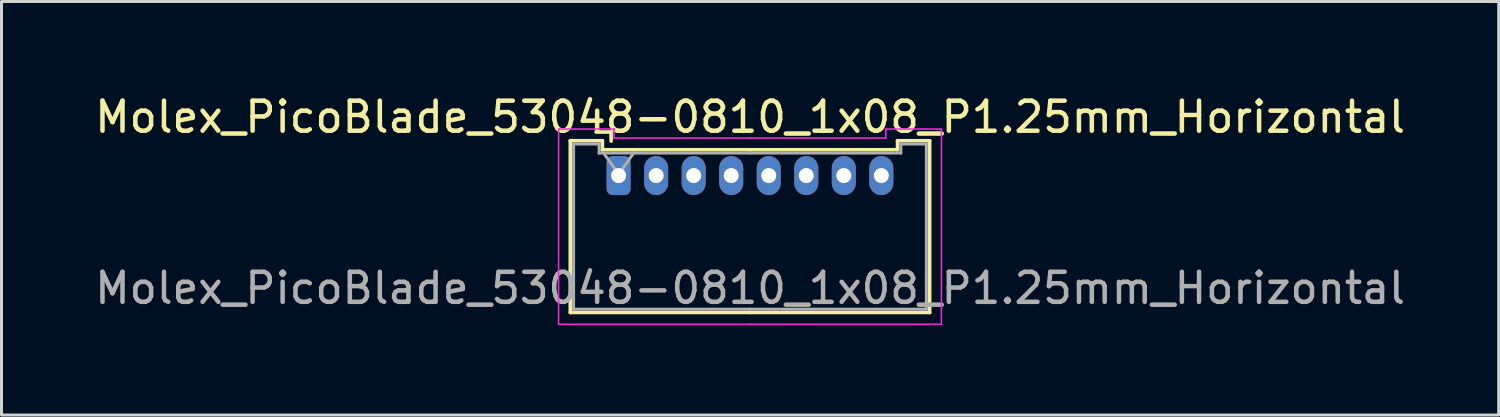
<source format=kicad_pcb>
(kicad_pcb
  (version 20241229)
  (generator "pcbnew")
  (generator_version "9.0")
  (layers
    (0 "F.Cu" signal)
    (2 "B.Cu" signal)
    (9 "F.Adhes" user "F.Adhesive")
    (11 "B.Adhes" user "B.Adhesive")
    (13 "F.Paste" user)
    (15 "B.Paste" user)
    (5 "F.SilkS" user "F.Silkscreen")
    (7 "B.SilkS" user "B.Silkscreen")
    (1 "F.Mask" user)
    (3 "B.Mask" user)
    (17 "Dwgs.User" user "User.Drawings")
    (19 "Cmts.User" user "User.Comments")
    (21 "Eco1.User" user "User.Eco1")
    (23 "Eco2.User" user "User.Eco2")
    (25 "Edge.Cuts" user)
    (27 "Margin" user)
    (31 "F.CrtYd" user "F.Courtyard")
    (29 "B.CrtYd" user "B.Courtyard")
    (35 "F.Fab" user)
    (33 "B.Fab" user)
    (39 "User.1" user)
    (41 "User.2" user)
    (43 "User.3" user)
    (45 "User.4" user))
  (footprint "Molex_PicoBlade_53048-0810_1x08_P1.25mm_Horizontal"
    (layer "F.Cu")
    (at 17.555 2.798)
    (property "Reference" "Molex_PicoBlade_53048-0810_1x08_P1.25mm_Horizontal" (at 4.38 -1.95 0) (layer "F.SilkS") (effects (font (size 1 1) (thickness 0.15))))
    (attr through_hole)
    (fp_line (start -1.61 -1.16) (end -1.61 4.56) (stroke (width 0.12) (type solid)) (layer "F.SilkS"))
    (fp_line (start -1.61 4.56) (end 4.375 4.56) (stroke (width 0.12) (type solid)) (layer "F.SilkS"))
    (fp_line (start -0.54 -1.16) (end -1.61 -1.16) (stroke (width 0.12) (type solid)) (layer "F.SilkS"))
    (fp_line (start -0.54 -0.86) (end -0.54 -1.16) (stroke (width 0.12) (type solid)) (layer "F.SilkS"))
    (fp_line (start -0.25 -1.45) (end -0.75 -1.45) (stroke (width 0.12) (type solid)) (layer "F.SilkS"))
    (fp_line (start -0.25 -1.15) (end -0.25 -1.45) (stroke (width 0.12) (type solid)) (layer "F.SilkS"))
    (fp_line (start 4.375 -0.86) (end -0.54 -0.86) (stroke (width 0.12) (type solid)) (layer "F.SilkS"))
    (fp_line (start 4.375 -0.86) (end 9.29 -0.86) (stroke (width 0.12) (type solid)) (layer "F.SilkS"))
    (fp_line (start 9.29 -1.16) (end 10.36 -1.16) (stroke (width 0.12) (type solid)) (layer "F.SilkS"))
    (fp_line (start 9.29 -0.86) (end 9.29 -1.16) (stroke (width 0.12) (type solid)) (layer "F.SilkS"))
    (fp_line (start 10.36 -1.16) (end 10.36 4.56) (stroke (width 0.12) (type solid)) (layer "F.SilkS"))
    (fp_line (start 10.36 4.56) (end 4.375 4.56) (stroke (width 0.12) (type solid)) (layer "F.SilkS"))
    (fp_line (start -2 -1.55) (end -2 4.95) (stroke (width 0.05) (type solid)) (layer "F.CrtYd"))
    (fp_line (start -2 4.95) (end 4.38 4.95) (stroke (width 0.05) (type solid)) (layer "F.CrtYd"))
    (fp_line (start -0.15 -1.55) (end -2 -1.55) (stroke (width 0.05) (type solid)) (layer "F.CrtYd"))
    (fp_line (start -0.15 -1.25) (end -0.15 -1.55) (stroke (width 0.05) (type solid)) (layer "F.CrtYd"))
    (fp_line (start 4.37 -1.25) (end 8.9 -1.25) (stroke (width 0.05) (type solid)) (layer "F.CrtYd"))
    (fp_line (start 4.38 -1.25) (end -0.15 -1.25) (stroke (width 0.05) (type solid)) (layer "F.CrtYd"))
    (fp_line (start 8.9 -1.55) (end 10.75 -1.55) (stroke (width 0.05) (type solid)) (layer "F.CrtYd"))
    (fp_line (start 8.9 -1.25) (end 8.9 -1.55) (stroke (width 0.05) (type solid)) (layer "F.CrtYd"))
    (fp_line (start 10.75 -1.55) (end 10.75 4.95) (stroke (width 0.05) (type solid)) (layer "F.CrtYd"))
    (fp_line (start 10.75 4.95) (end 4.37 4.95) (stroke (width 0.05) (type solid)) (layer "F.CrtYd"))
    (fp_line (start -1.5 -1.05) (end -1.5 4.45) (stroke (width 0.1) (type solid)) (layer "F.Fab"))
    (fp_line (start -1.5 4.45) (end 4.375 4.45) (stroke (width 0.1) (type solid)) (layer "F.Fab"))
    (fp_line (start -0.65 -1.05) (end -1.5 -1.05) (stroke (width 0.1) (type solid)) (layer "F.Fab"))
    (fp_line (start -0.65 -0.75) (end -0.65 -1.05) (stroke (width 0.1) (type solid)) (layer "F.Fab"))
    (fp_line (start -0.5 -0.75) (end 0 -0.043) (stroke (width 0.1) (type solid)) (layer "F.Fab"))
    (fp_line (start 0 -0.043) (end 0.5 -0.75) (stroke (width 0.1) (type solid)) (layer "F.Fab"))
    (fp_line (start 4.375 -0.75) (end -0.65 -0.75) (stroke (width 0.1) (type solid)) (layer "F.Fab"))
    (fp_line (start 4.375 -0.75) (end 9.4 -0.75) (stroke (width 0.1) (type solid)) (layer "F.Fab"))
    (fp_line (start 9.4 -1.05) (end 10.25 -1.05) (stroke (width 0.1) (type solid)) (layer "F.Fab"))
    (fp_line (start 9.4 -0.75) (end 9.4 -1.05) (stroke (width 0.1) (type solid)) (layer "F.Fab"))
    (fp_line (start 10.25 -1.05) (end 10.25 4.45) (stroke (width 0.1) (type solid)) (layer "F.Fab"))
    (fp_line (start 10.25 4.45) (end 4.375 4.45) (stroke (width 0.1) (type solid)) (layer "F.Fab"))
    (fp_text user "${REFERENCE}" (at 4.38 3.75 0) (layer "F.Fab") (effects (font (size 1 1) (thickness 0.15))))
    (pad "1" thru_hole roundrect (at 0 0) (size 0.8 1.3) (drill 0.5) (layers "*.Cu" "*.Mask") (roundrect_rratio 0.25))
    (pad "2" thru_hole oval (at 1.25 0) (size 0.8 1.3) (drill 0.5) (layers "*.Cu" "*.Mask"))
    (pad "3" thru_hole oval (at 2.5 0) (size 0.8 1.3) (drill 0.5) (layers "*.Cu" "*.Mask"))
    (pad "4" thru_hole oval (at 3.75 0) (size 0.8 1.3) (drill 0.5) (layers "*.Cu" "*.Mask"))
    (pad "5" thru_hole oval (at 5 0) (size 0.8 1.3) (drill 0.5) (layers "*.Cu" "*.Mask"))
    (pad "6" thru_hole oval (at 6.25 0) (size 0.8 1.3) (drill 0.5) (layers "*.Cu" "*.Mask"))
    (pad "7" thru_hole oval (at 7.5 0) (size 0.8 1.3) (drill 0.5) (layers "*.Cu" "*.Mask"))
    (pad "8" thru_hole oval (at 8.75 0) (size 0.8 1.3) (drill 0.5) (layers "*.Cu" "*.Mask")))
  (gr_rect
    (start -3 -3)
    (end 46.869 10.773)
    (stroke (width 0.1) (type default))
    (fill no)
    (layer "Edge.Cuts")))
</source>
